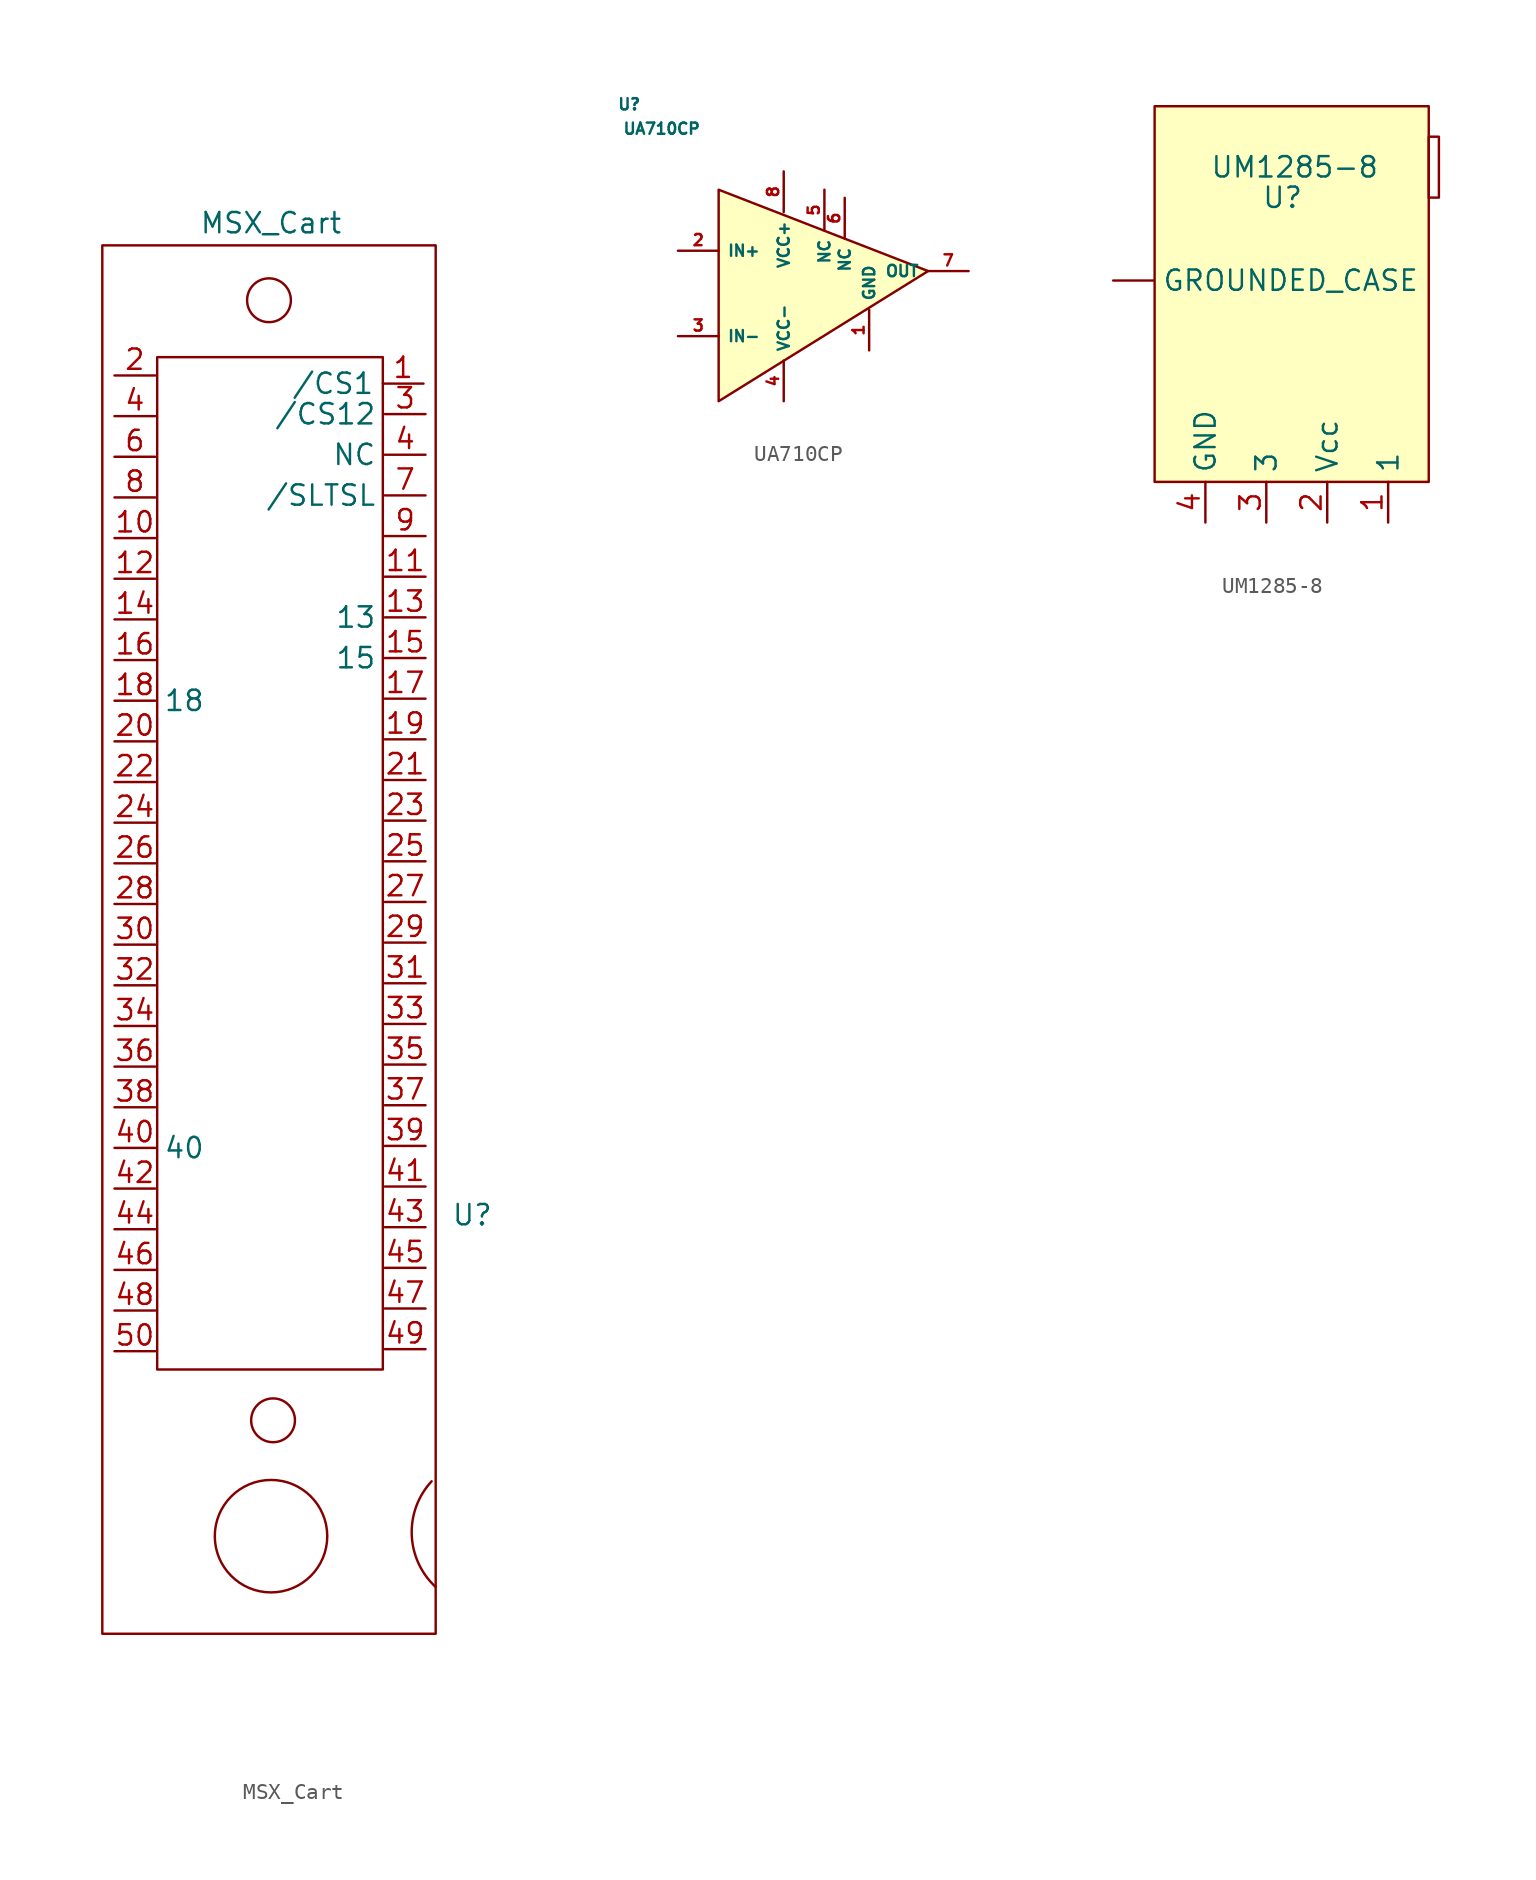
<source format=kicad_sym>
(kicad_symbol_lib
  (version 20211014)
  (generator kicad_symbol_editor)
  (symbol "MSX_Cart"
    (property "Reference" "U"
      (at 0 0 0)
      (effects (font (size 1.27 1.27))))
    (property "Value" "MSX_Cart"
      (at -12.573 61.976 0)
      (effects (font (size 1.27 1.27))))
    (symbol "MSX_Cart_0_1"
      (rectangle (start -23.114 60.579) (end -2.286 -26.162) (stroke (width 0) (type default) (color 0 0 0 0)) (fill (type none)))
      (rectangle (start -19.685 53.594) (end -5.588 -9.652) (stroke (width 0) (type default) (color 0 0 0 0)) (fill (type none)))
      (circle (center -12.7 57.15) (radius 1.368) (stroke (width 0) (type default) (color 0 0 0 0)) (fill (type none)))
      (circle (center -12.573 -20.066) (radius 3.513) (stroke (width 0) (type default) (color 0 0 0 0)) (fill (type none)))
      (circle (center -12.446 -12.827) (radius 1.368) (stroke (width 0) (type default) (color 0 0 0 0)) (fill (type none)))
      (arc (start -2.54 -16.637) (mid -3.7807 -19.9916) (end -2.286 -23.241) (stroke (width 0) (type default) (color 0 0 0 0)) (fill (type none))))
    (symbol "MSX_Cart_1_1"
      (pin output line (at -3.048 51.943 180) (length 2.54) (name "/CS1" (effects (font (size 1.27 1.27)))) (number "1" (effects (font (size 1.27 1.27)))))
      (pin output line (at -22.352 42.291 0) (length 2.54) (name "" (effects (font (size 1.27 1.27)))) (number "10" (effects (font (size 1.27 1.27)))))
      (pin output line (at -2.921 39.878 180) (length 2.54) (name "" (effects (font (size 1.27 1.27)))) (number "11" (effects (font (size 1.27 1.27)))))
      (pin output line (at -22.352 39.751 0) (length 2.54) (name "" (effects (font (size 1.27 1.27)))) (number "12" (effects (font (size 1.27 1.27)))))
      (pin output line (at -2.921 37.338 180) (length 2.54) (name "13" (effects (font (size 1.27 1.27)))) (number "13" (effects (font (size 1.27 1.27)))))
      (pin output line (at -22.352 37.211 0) (length 2.54) (name "" (effects (font (size 1.27 1.27)))) (number "14" (effects (font (size 1.27 1.27)))))
      (pin output line (at -2.921 34.798 180) (length 2.54) (name "15" (effects (font (size 1.27 1.27)))) (number "15" (effects (font (size 1.27 1.27)))))
      (pin output line (at -22.352 34.671 0) (length 2.54) (name "" (effects (font (size 1.27 1.27)))) (number "16" (effects (font (size 1.27 1.27)))))
      (pin output line (at -2.921 32.258 180) (length 2.54) (name "" (effects (font (size 1.27 1.27)))) (number "17" (effects (font (size 1.27 1.27)))))
      (pin output line (at -22.352 32.131 0) (length 2.54) (name "18" (effects (font (size 1.27 1.27)))) (number "18" (effects (font (size 1.27 1.27)))))
      (pin output line (at -2.921 29.718 180) (length 2.54) (name "" (effects (font (size 1.27 1.27)))) (number "19" (effects (font (size 1.27 1.27)))))
      (pin output line (at -22.352 52.451 0) (length 2.54) (name "" (effects (font (size 1.27 1.27)))) (number "2" (effects (font (size 1.27 1.27)))))
      (pin output line (at -22.352 29.591 0) (length 2.54) (name "" (effects (font (size 1.27 1.27)))) (number "20" (effects (font (size 1.27 1.27)))))
      (pin output line (at -2.921 27.178 180) (length 2.54) (name "" (effects (font (size 1.27 1.27)))) (number "21" (effects (font (size 1.27 1.27)))))
      (pin output line (at -22.352 27.051 0) (length 2.54) (name "" (effects (font (size 1.27 1.27)))) (number "22" (effects (font (size 1.27 1.27)))))
      (pin output line (at -2.921 24.638 180) (length 2.54) (name "" (effects (font (size 1.27 1.27)))) (number "23" (effects (font (size 1.27 1.27)))))
      (pin output line (at -22.352 24.511 0) (length 2.54) (name "" (effects (font (size 1.27 1.27)))) (number "24" (effects (font (size 1.27 1.27)))))
      (pin output line (at -2.921 22.098 180) (length 2.54) (name "" (effects (font (size 1.27 1.27)))) (number "25" (effects (font (size 1.27 1.27)))))
      (pin output line (at -22.352 21.971 0) (length 2.54) (name "" (effects (font (size 1.27 1.27)))) (number "26" (effects (font (size 1.27 1.27)))))
      (pin output line (at -2.921 19.558 180) (length 2.54) (name "" (effects (font (size 1.27 1.27)))) (number "27" (effects (font (size 1.27 1.27)))))
      (pin output line (at -22.352 19.431 0) (length 2.54) (name "" (effects (font (size 1.27 1.27)))) (number "28" (effects (font (size 1.27 1.27)))))
      (pin output line (at -2.921 17.018 180) (length 2.54) (name "" (effects (font (size 1.27 1.27)))) (number "29" (effects (font (size 1.27 1.27)))))
      (pin output line (at -2.921 50.038 180) (length 2.54) (name "/CS12" (effects (font (size 1.27 1.27)))) (number "3" (effects (font (size 1.27 1.27)))))
      (pin output line (at -22.352 16.891 0) (length 2.54) (name "" (effects (font (size 1.27 1.27)))) (number "30" (effects (font (size 1.27 1.27)))))
      (pin output line (at -2.921 14.478 180) (length 2.54) (name "" (effects (font (size 1.27 1.27)))) (number "31" (effects (font (size 1.27 1.27)))))
      (pin output line (at -22.352 14.351 0) (length 2.54) (name "" (effects (font (size 1.27 1.27)))) (number "32" (effects (font (size 1.27 1.27)))))
      (pin output line (at -2.921 11.938 180) (length 2.54) (name "" (effects (font (size 1.27 1.27)))) (number "33" (effects (font (size 1.27 1.27)))))
      (pin output line (at -22.352 11.811 0) (length 2.54) (name "" (effects (font (size 1.27 1.27)))) (number "34" (effects (font (size 1.27 1.27)))))
      (pin output line (at -2.921 9.398 180) (length 2.54) (name "" (effects (font (size 1.27 1.27)))) (number "35" (effects (font (size 1.27 1.27)))))
      (pin output line (at -22.352 9.271 0) (length 2.54) (name "" (effects (font (size 1.27 1.27)))) (number "36" (effects (font (size 1.27 1.27)))))
      (pin output line (at -2.921 6.858 180) (length 2.54) (name "" (effects (font (size 1.27 1.27)))) (number "37" (effects (font (size 1.27 1.27)))))
      (pin output line (at -22.352 6.731 0) (length 2.54) (name "" (effects (font (size 1.27 1.27)))) (number "38" (effects (font (size 1.27 1.27)))))
      (pin output line (at -2.921 4.318 180) (length 2.54) (name "" (effects (font (size 1.27 1.27)))) (number "39" (effects (font (size 1.27 1.27)))))
      (pin output line (at -22.352 49.911 0) (length 2.54) (name "" (effects (font (size 1.27 1.27)))) (number "4" (effects (font (size 1.27 1.27)))))
      (pin output line (at -2.921 47.498 180) (length 2.54) (name "NC" (effects (font (size 1.27 1.27)))) (number "4" (effects (font (size 1.27 1.27)))))
      (pin output line (at -22.352 4.191 0) (length 2.54) (name "40" (effects (font (size 1.27 1.27)))) (number "40" (effects (font (size 1.27 1.27)))))
      (pin output line (at -2.921 1.778 180) (length 2.54) (name "" (effects (font (size 1.27 1.27)))) (number "41" (effects (font (size 1.27 1.27)))))
      (pin output line (at -22.352 1.651 0) (length 2.54) (name "" (effects (font (size 1.27 1.27)))) (number "42" (effects (font (size 1.27 1.27)))))
      (pin output line (at -2.921 -0.762 180) (length 2.54) (name "" (effects (font (size 1.27 1.27)))) (number "43" (effects (font (size 1.27 1.27)))))
      (pin output line (at -22.352 -0.889 0) (length 2.54) (name "" (effects (font (size 1.27 1.27)))) (number "44" (effects (font (size 1.27 1.27)))))
      (pin output line (at -2.921 -3.302 180) (length 2.54) (name "" (effects (font (size 1.27 1.27)))) (number "45" (effects (font (size 1.27 1.27)))))
      (pin output line (at -22.352 -3.429 0) (length 2.54) (name "" (effects (font (size 1.27 1.27)))) (number "46" (effects (font (size 1.27 1.27)))))
      (pin output line (at -2.921 -5.842 180) (length 2.54) (name "" (effects (font (size 1.27 1.27)))) (number "47" (effects (font (size 1.27 1.27)))))
      (pin output line (at -22.352 -5.969 0) (length 2.54) (name "" (effects (font (size 1.27 1.27)))) (number "48" (effects (font (size 1.27 1.27)))))
      (pin output line (at -2.921 -8.382 180) (length 2.54) (name "" (effects (font (size 1.27 1.27)))) (number "49" (effects (font (size 1.27 1.27)))))
      (pin output line (at -22.352 -8.509 0) (length 2.54) (name "" (effects (font (size 1.27 1.27)))) (number "50" (effects (font (size 1.27 1.27)))))
      (pin output line (at -22.352 47.371 0) (length 2.54) (name "" (effects (font (size 1.27 1.27)))) (number "6" (effects (font (size 1.27 1.27)))))
      (pin output line (at -2.921 44.958 180) (length 2.54) (name "/SLTSL" (effects (font (size 1.27 1.27)))) (number "7" (effects (font (size 1.27 1.27)))))
      (pin output line (at -22.352 44.831 0) (length 2.54) (name "" (effects (font (size 1.27 1.27)))) (number "8" (effects (font (size 1.27 1.27)))))
      (pin output line (at -2.921 42.418 180) (length 2.54) (name "" (effects (font (size 1.27 1.27)))) (number "9" (effects (font (size 1.27 1.27)))))))
  (symbol "UA710CP"
    (property "Reference" "U"
      (at 6.858 -7.366 0)
      (effects (font (size 0.7 0.7))))
    (property "Value" "UA710CP"
      (at 8.89 -8.89 0)
      (effects (font (size 0.7 0.7))))
    (symbol "UA710CP_0_1"
      (polyline (pts (xy 12.446 -12.7) (xy 12.446 -25.908) (xy 25.527 -17.78) (xy 12.446 -12.7)) (stroke (width 0) (type default) (color 0 0 0 0)) (fill (type background))))
    (symbol "UA710CP_1_1"
      (pin power_in line (at 21.844 -22.733 90) (length 2.54) (name "GND" (effects (font (size 0.7 0.7)))) (number "1" (effects (font (size 0.7 0.7)))))
      (pin input line (at 9.906 -16.51 0) (length 2.54) (name "IN+" (effects (font (size 0.7 0.7)))) (number "2" (effects (font (size 0.7 0.7)))))
      (pin input line (at 9.906 -21.844 0) (length 2.54) (name "IN-" (effects (font (size 0.7 0.7)))) (number "3" (effects (font (size 0.7 0.7)))))
      (pin power_in line (at 16.51 -25.908 90) (length 2.54) (name "VCC-" (effects (font (size 0.7 0.7)))) (number "4" (effects (font (size 0.7 0.7)))))
      (pin input line (at 19.05 -12.7 270) (length 2.54) (name "NC" (effects (font (size 0.7 0.7)))) (number "5" (effects (font (size 0.7 0.7)))))
      (pin input line (at 20.32 -13.208 270) (length 2.54) (name "NC" (effects (font (size 0.7 0.7)))) (number "6" (effects (font (size 0.7 0.7)))))
      (pin output line (at 28.054 -17.78 180) (length 2.54) (name "OUT" (effects (font (size 0.7 0.7)))) (number "7" (effects (font (size 0.7 0.7)))))
      (pin power_in line (at 16.51 -11.557 270) (length 2.54) (name "VCC+" (effects (font (size 0.7 0.7)))) (number "8" (effects (font (size 0.7 0.7)))))))
  (symbol "UM1285-8"
    (property "Reference" "U"
      (at 25.146 29.845 0)
      (effects (font (size 1.27 1.27))))
    (property "Value" "UM1285-8"
      (at 25.908 31.75 0)
      (effects (font (size 1.27 1.27))))
    (symbol "UM1285-8_0_1"
      (rectangle (start 17.145 35.56) (end 34.29 12.065) (stroke (width 0) (type default) (color 0 0 0 0)) (fill (type background)))
      (rectangle (start 34.29 33.655) (end 34.925 29.845) (stroke (width 0) (type default) (color 0 0 0 0)) (fill (type none))))
    (symbol "UM1285-8_1_1"
      (pin power_in line (at 14.554 24.659 0) (length 2.54) (name "GROUNDED_CASE" (effects (font (size 1.27 1.27)))) (number "" (effects (font (size 1.27 1.27)))))
      (pin input line (at 31.75 9.525 90) (length 2.54) (name "1" (effects (font (size 1.27 1.27)))) (number "1" (effects (font (size 1.27 1.27)))))
      (pin power_in line (at 27.94 9.525 90) (length 2.54) (name "Vcc" (effects (font (size 1.27 1.27)))) (number "2" (effects (font (size 1.27 1.27)))))
      (pin input line (at 24.13 9.525 90) (length 2.54) (name "3" (effects (font (size 1.27 1.27)))) (number "3" (effects (font (size 1.27 1.27)))))
      (pin power_in line (at 20.32 9.525 90) (length 2.54) (name "GND" (effects (font (size 1.27 1.27)))) (number "4" (effects (font (size 1.27 1.27))))))))
</source>
